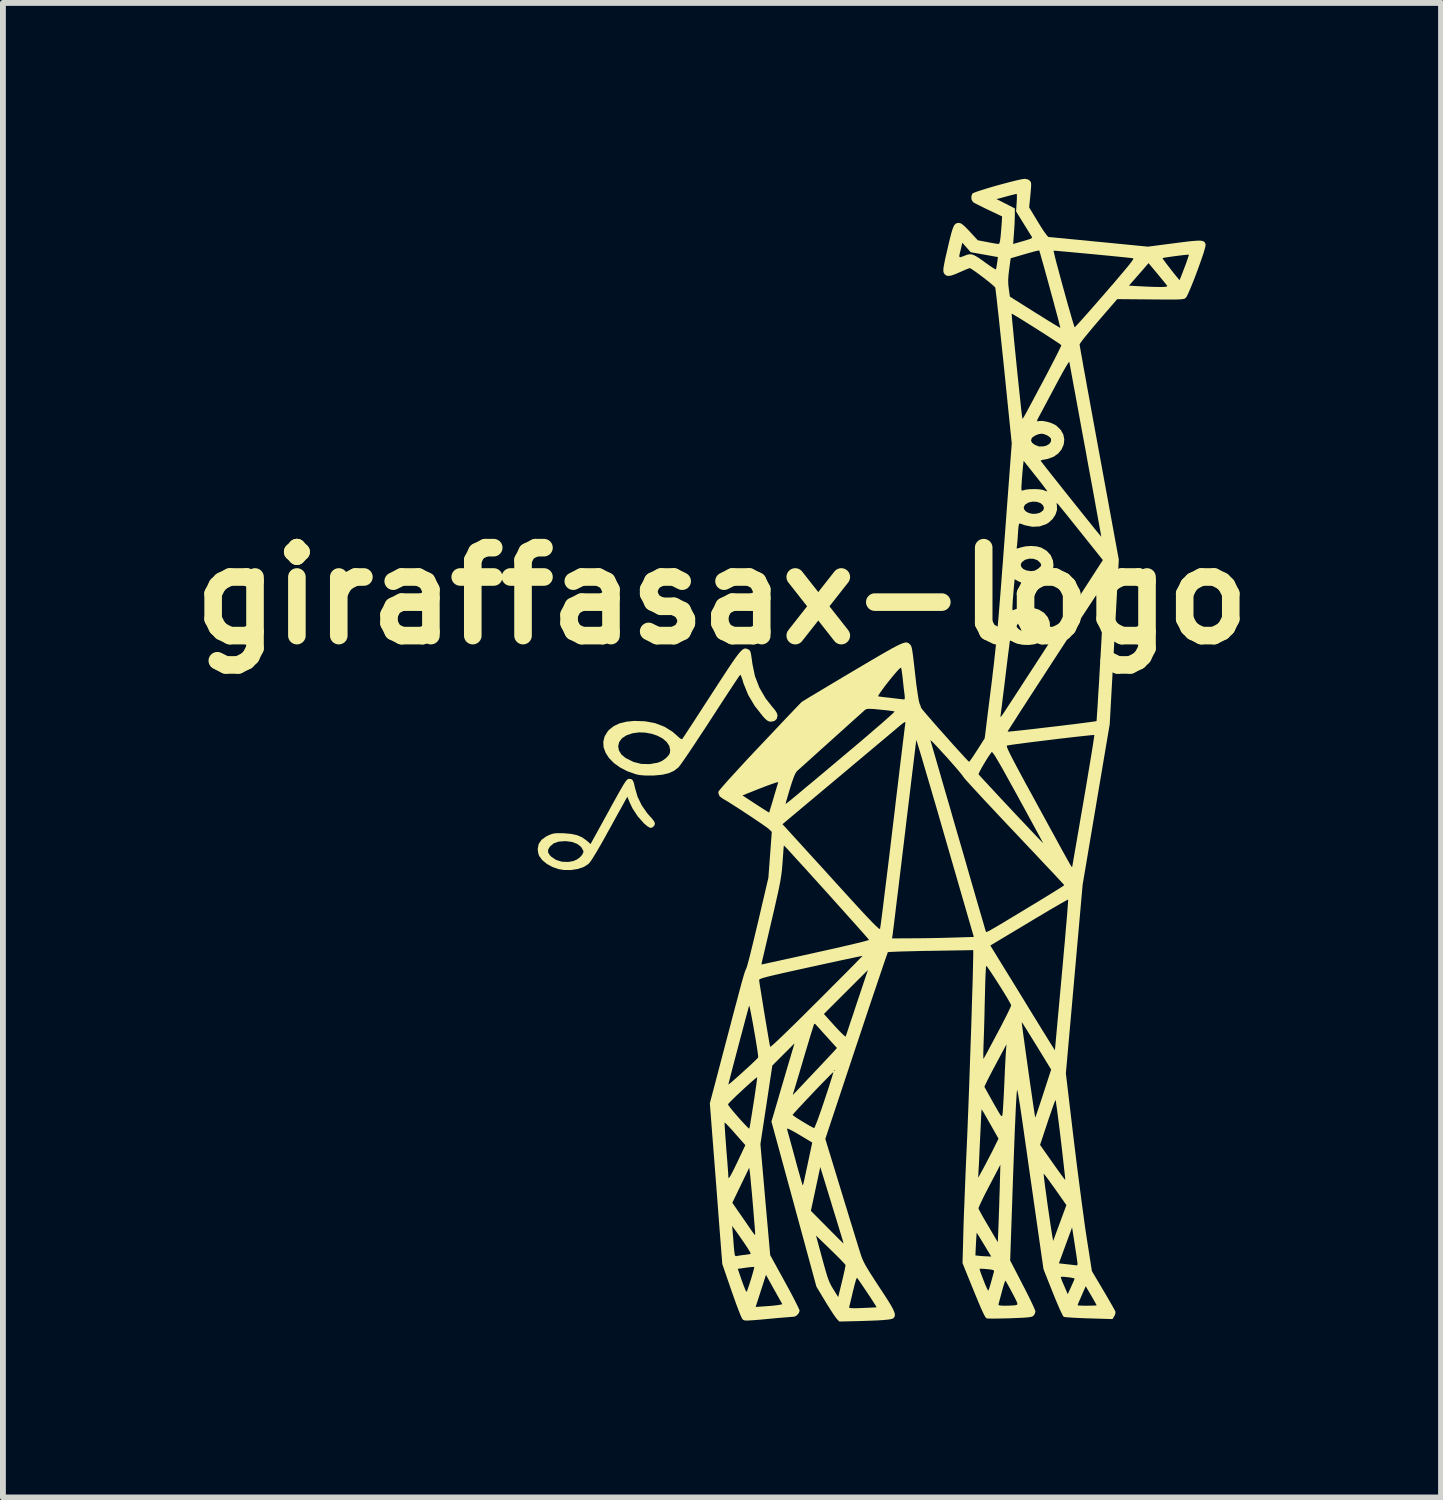
<source format=kicad_pcb>
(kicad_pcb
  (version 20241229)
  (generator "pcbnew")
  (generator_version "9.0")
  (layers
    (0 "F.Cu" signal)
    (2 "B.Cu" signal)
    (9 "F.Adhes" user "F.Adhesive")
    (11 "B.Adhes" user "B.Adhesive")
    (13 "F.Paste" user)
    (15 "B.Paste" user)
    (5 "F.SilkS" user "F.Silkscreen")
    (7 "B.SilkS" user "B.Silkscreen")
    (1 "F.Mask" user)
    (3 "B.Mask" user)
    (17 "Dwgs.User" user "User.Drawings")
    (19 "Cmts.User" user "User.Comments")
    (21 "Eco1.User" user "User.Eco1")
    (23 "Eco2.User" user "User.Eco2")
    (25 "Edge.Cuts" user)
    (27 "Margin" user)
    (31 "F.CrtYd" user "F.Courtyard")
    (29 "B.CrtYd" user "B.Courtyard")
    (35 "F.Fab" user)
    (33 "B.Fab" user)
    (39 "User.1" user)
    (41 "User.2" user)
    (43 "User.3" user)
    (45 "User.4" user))
  (footprint "giraffasax-logo"
    (layer "F.Cu")
    (at 11.804 9.653)
    (property "Reference" "giraffasax-logo" (at -2.54 -2.54 0) (layer "F.SilkS") (effects (font (size 1.5 1.5) (thickness 0.3))))
    (attr board_only exclude_from_pos_files exclude_from_bom)
    (fp_poly (pts (xy -4.085 0.587) (xy -4.062 0.607) (xy -4.044 0.646) (xy -4.028 0.713) (xy -4.023 0.736) (xy -3.98 0.885) (xy -3.909 1.032) (xy -3.816 1.166) (xy -3.782 1.205) (xy -3.726 1.267) (xy -3.694 1.312) (xy -3.683 1.346) (xy -3.691 1.374) (xy -3.707 1.394) (xy -3.736 1.415) (xy -3.767 1.416) (xy -3.806 1.395) (xy -3.86 1.35) (xy -3.869 1.342) (xy -3.975 1.223) (xy -4.066 1.085) (xy -4.115 0.981) (xy -4.154 0.886) (xy -4.214 0.995) (xy -4.238 1.039) (xy -4.276 1.107) (xy -4.325 1.195) (xy -4.382 1.299) (xy -4.444 1.412) (xy -4.51 1.53) (xy -4.517 1.544) (xy -4.604 1.699) (xy -4.678 1.826) (xy -4.738 1.925) (xy -4.784 1.994) (xy -4.816 2.032) (xy -4.819 2.035) (xy -4.898 2.085) (xy -5 2.119) (xy -5.116 2.137) (xy -5.236 2.136) (xy -5.328 2.121) (xy -5.432 2.085) (xy -5.527 2.032) (xy -5.606 1.967) (xy -5.658 1.896) (xy -5.674 1.85) (xy -5.675 1.837) (xy -5.505 1.837) (xy -5.475 1.885) (xy -5.452 1.909) (xy -5.37 1.964) (xy -5.27 1.995) (xy -5.16 1.999) (xy -5.076 1.984) (xy -5.015 1.958) (xy -4.962 1.919) (xy -4.922 1.874) (xy -4.903 1.831) (xy -4.904 1.81) (xy -4.942 1.743) (xy -5.007 1.692) (xy -5.095 1.658) (xy -5.203 1.644) (xy -5.217 1.644) (xy -5.325 1.652) (xy -5.408 1.681) (xy -5.469 1.731) (xy -5.474 1.737) (xy -5.505 1.79) (xy -5.505 1.837) (xy -5.675 1.837) (xy -5.682 1.79) (xy -5.682 1.773) (xy -5.666 1.692) (xy -5.618 1.622) (xy -5.538 1.564) (xy -5.491 1.541) (xy -5.445 1.523) (xy -5.401 1.512) (xy -5.35 1.508) (xy -5.281 1.508) (xy -5.23 1.51) (xy -5.107 1.521) (xy -5.009 1.543) (xy -4.927 1.578) (xy -4.852 1.631) (xy -4.84 1.641) (xy -4.781 1.693) (xy -4.501 1.185) (xy -4.419 1.034) (xy -4.351 0.912) (xy -4.296 0.813) (xy -4.252 0.737) (xy -4.218 0.679) (xy -4.192 0.638) (xy -4.171 0.611) (xy -4.155 0.594) (xy -4.141 0.585) (xy -4.129 0.582) (xy -4.117 0.582)) (stroke (width 0) (type solid)) (fill yes) (layer "F.SilkS"))
    (fp_poly (pts (xy -2.111 -1.635) (xy -2.098 -1.63) (xy -2.078 -1.619) (xy -2.064 -1.606) (xy -2.053 -1.583) (xy -2.044 -1.545) (xy -2.035 -1.486) (xy -2.023 -1.4) (xy -2.021 -1.381) (xy -1.977 -1.171) (xy -1.901 -0.973) (xy -1.794 -0.789) (xy -1.686 -0.652) (xy -1.632 -0.587) (xy -1.602 -0.538) (xy -1.592 -0.499) (xy -1.592 -0.497) (xy -1.606 -0.44) (xy -1.645 -0.405) (xy -1.703 -0.394) (xy -1.738 -0.398) (xy -1.772 -0.416) (xy -1.812 -0.452) (xy -1.841 -0.484) (xy -1.982 -0.663) (xy -2.094 -0.853) (xy -2.174 -1.051) (xy -2.184 -1.087) (xy -2.202 -1.142) (xy -2.217 -1.18) (xy -2.228 -1.194) (xy -2.228 -1.194) (xy -2.24 -1.179) (xy -2.268 -1.138) (xy -2.311 -1.074) (xy -2.367 -0.989) (xy -2.435 -0.886) (xy -2.513 -0.767) (xy -2.598 -0.636) (xy -2.69 -0.494) (xy -2.731 -0.431) (xy -2.827 -0.283) (xy -2.919 -0.144) (xy -3.005 -0.014) (xy -3.083 0.103) (xy -3.151 0.204) (xy -3.207 0.285) (xy -3.25 0.345) (xy -3.277 0.38) (xy -3.282 0.386) (xy -3.357 0.444) (xy -3.447 0.485) (xy -3.557 0.511) (xy -3.694 0.524) (xy -3.723 0.525) (xy -3.846 0.525) (xy -3.943 0.517) (xy -4.005 0.504) (xy -4.151 0.453) (xy -4.277 0.388) (xy -4.383 0.312) (xy -4.466 0.227) (xy -4.525 0.136) (xy -4.559 0.042) (xy -4.56 0.025) (xy -4.31 0.025) (xy -4.297 0.097) (xy -4.255 0.166) (xy -4.182 0.227) (xy -4.181 0.227) (xy -4.049 0.293) (xy -3.915 0.327) (xy -3.774 0.33) (xy -3.631 0.305) (xy -3.562 0.276) (xy -3.496 0.229) (xy -3.489 0.222) (xy -3.448 0.178) (xy -3.428 0.14) (xy -3.423 0.095) (xy -3.423 0.092) (xy -3.439 0.018) (xy -3.484 -0.049) (xy -3.552 -0.107) (xy -3.638 -0.153) (xy -3.738 -0.187) (xy -3.846 -0.207) (xy -3.956 -0.211) (xy -4.065 -0.196) (xy -4.166 -0.162) (xy -4.169 -0.161) (xy -4.246 -0.11) (xy -4.293 -0.046) (xy -4.31 0.025) (xy -4.56 0.025) (xy -4.564 -0.052) (xy -4.541 -0.144) (xy -4.487 -0.231) (xy -4.464 -0.256) (xy -4.383 -0.32) (xy -4.286 -0.365) (xy -4.168 -0.394) (xy -4.031 -0.407) (xy -3.848 -0.4) (xy -3.676 -0.367) (xy -3.52 -0.307) (xy -3.383 -0.222) (xy -3.309 -0.157) (xy -3.267 -0.119) (xy -3.234 -0.097) (xy -3.218 -0.096) (xy -3.207 -0.113) (xy -3.178 -0.156) (xy -3.135 -0.222) (xy -3.078 -0.309) (xy -3.01 -0.413) (xy -2.932 -0.533) (xy -2.847 -0.665) (xy -2.755 -0.806) (xy -2.723 -0.856) (xy -2.61 -1.03) (xy -2.514 -1.177) (xy -2.434 -1.299) (xy -2.367 -1.399) (xy -2.311 -1.479) (xy -2.266 -1.54) (xy -2.229 -1.584) (xy -2.198 -1.615) (xy -2.173 -1.633) (xy -2.151 -1.641) (xy -2.131 -1.641)) (stroke (width 0) (type solid)) (fill yes) (layer "F.SilkS"))
    (fp_poly (pts (xy 2.681 -9.642) (xy 2.712 -9.62) (xy 2.724 -9.604) (xy 2.732 -9.583) (xy 2.734 -9.552) (xy 2.732 -9.503) (xy 2.726 -9.431) (xy 2.721 -9.376) (xy 2.7 -9.166) (xy 2.852 -8.914) (xy 2.903 -8.831) (xy 2.95 -8.759) (xy 2.99 -8.704) (xy 3.018 -8.67) (xy 3.03 -8.661) (xy 3.051 -8.659) (xy 3.104 -8.654) (xy 3.183 -8.646) (xy 3.287 -8.637) (xy 3.411 -8.624) (xy 3.552 -8.611) (xy 3.707 -8.596) (xy 3.872 -8.579) (xy 3.89 -8.578) (xy 4.725 -8.496) (xy 5.172 -8.554) (xy 5.318 -8.573) (xy 5.434 -8.587) (xy 5.523 -8.595) (xy 5.59 -8.599) (xy 5.637 -8.597) (xy 5.67 -8.589) (xy 5.69 -8.575) (xy 5.702 -8.555) (xy 5.71 -8.532) (xy 5.707 -8.504) (xy 5.693 -8.449) (xy 5.67 -8.373) (xy 5.639 -8.282) (xy 5.603 -8.18) (xy 5.564 -8.073) (xy 5.524 -7.967) (xy 5.484 -7.866) (xy 5.447 -7.776) (xy 5.415 -7.702) (xy 5.389 -7.649) (xy 5.373 -7.625) (xy 5.362 -7.616) (xy 5.349 -7.608) (xy 5.33 -7.603) (xy 5.3 -7.599) (xy 5.257 -7.596) (xy 5.196 -7.594) (xy 5.114 -7.594) (xy 5.007 -7.594) (xy 4.873 -7.595) (xy 4.771 -7.596) (xy 4.202 -7.601) (xy 3.881 -7.229) (xy 3.799 -7.133) (xy 3.724 -7.043) (xy 3.66 -6.965) (xy 3.609 -6.901) (xy 3.575 -6.854) (xy 3.561 -6.83) (xy 3.56 -6.828) (xy 3.563 -6.807) (xy 3.572 -6.755) (xy 3.586 -6.674) (xy 3.606 -6.566) (xy 3.629 -6.433) (xy 3.658 -6.277) (xy 3.689 -6.101) (xy 3.725 -5.907) (xy 3.763 -5.697) (xy 3.804 -5.473) (xy 3.847 -5.238) (xy 3.892 -4.993) (xy 3.895 -4.978) (xy 4.229 -3.158) (xy 4.152 -1.754) (xy 4.074 -0.351) (xy 3.843 1.018) (xy 3.612 2.388) (xy 3.469 3.997) (xy 3.326 5.605) (xy 3.459 6.724) (xy 3.485 6.936) (xy 3.512 7.155) (xy 3.54 7.374) (xy 3.568 7.589) (xy 3.595 7.795) (xy 3.621 7.986) (xy 3.644 8.158) (xy 3.665 8.305) (xy 3.681 8.41) (xy 3.77 8.977) (xy 3.966 9.308) (xy 4.024 9.406) (xy 4.075 9.495) (xy 4.119 9.571) (xy 4.151 9.629) (xy 4.169 9.664) (xy 4.172 9.672) (xy 4.169 9.709) (xy 4.15 9.75) (xy 4.121 9.796) (xy 3.719 9.784) (xy 3.603 9.78) (xy 3.499 9.775) (xy 3.41 9.77) (xy 3.341 9.765) (xy 3.299 9.76) (xy 3.289 9.757) (xy 3.275 9.737) (xy 3.251 9.69) (xy 3.218 9.62) (xy 3.193 9.561) (xy 3.526 9.561) (xy 3.542 9.564) (xy 3.584 9.566) (xy 3.646 9.568) (xy 3.688 9.568) (xy 3.758 9.567) (xy 3.813 9.565) (xy 3.846 9.563) (xy 3.851 9.561) (xy 3.843 9.545) (xy 3.821 9.505) (xy 3.789 9.448) (xy 3.758 9.395) (xy 3.665 9.236) (xy 3.629 9.316) (xy 3.6 9.384) (xy 3.569 9.455) (xy 3.56 9.475) (xy 3.54 9.521) (xy 3.528 9.553) (xy 3.526 9.561) (xy 3.193 9.561) (xy 3.18 9.531) (xy 3.137 9.429) (xy 3.102 9.342) (xy 2.999 9.083) (xy 3.24 9.083) (xy 3.244 9.099) (xy 3.255 9.13) (xy 3.275 9.179) (xy 3.307 9.252) (xy 3.332 9.311) (xy 3.358 9.371) (xy 3.416 9.245) (xy 3.443 9.184) (xy 3.464 9.136) (xy 3.474 9.109) (xy 3.475 9.106) (xy 3.459 9.099) (xy 3.42 9.09) (xy 3.369 9.083) (xy 3.315 9.077) (xy 3.269 9.074) (xy 3.243 9.076) (xy 3.241 9.077) (xy 3.24 9.083) (xy 2.999 9.083) (xy 2.944 8.943) (xy 2.93 8.845) (xy 3.207 8.845) (xy 3.354 8.862) (xy 3.421 8.869) (xy 3.476 8.876) (xy 3.508 8.88) (xy 3.513 8.881) (xy 3.523 8.869) (xy 3.525 8.853) (xy 3.522 8.827) (xy 3.515 8.773) (xy 3.504 8.698) (xy 3.49 8.607) (xy 3.478 8.527) (xy 3.432 8.232) (xy 3.319 8.539) (xy 3.207 8.845) (xy 2.93 8.845) (xy 2.797 7.916) (xy 2.768 7.713) (xy 2.738 7.504) (xy 2.711 7.317) (xy 2.947 7.317) (xy 2.948 7.335) (xy 2.953 7.383) (xy 2.962 7.457) (xy 2.974 7.552) (xy 2.99 7.666) (xy 3.007 7.795) (xy 3.022 7.901) (xy 3.042 8.036) (xy 3.06 8.159) (xy 3.076 8.266) (xy 3.09 8.354) (xy 3.101 8.418) (xy 3.107 8.455) (xy 3.11 8.462) (xy 3.117 8.442) (xy 3.135 8.395) (xy 3.16 8.326) (xy 3.191 8.242) (xy 3.225 8.149) (xy 3.335 7.852) (xy 3.145 7.581) (xy 3.085 7.498) (xy 3.033 7.425) (xy 2.991 7.369) (xy 2.961 7.331) (xy 2.947 7.317) (xy 2.947 7.317) (xy 2.711 7.317) (xy 2.708 7.296) (xy 2.679 7.092) (xy 2.652 6.899) (xy 2.641 6.825) (xy 2.886 6.825) (xy 3.098 7.126) (xy 3.16 7.214) (xy 3.216 7.292) (xy 3.262 7.355) (xy 3.295 7.399) (xy 3.313 7.421) (xy 3.315 7.422) (xy 3.314 7.405) (xy 3.31 7.357) (xy 3.302 7.282) (xy 3.291 7.184) (xy 3.278 7.067) (xy 3.263 6.934) (xy 3.246 6.789) (xy 3.24 6.738) (xy 3.222 6.59) (xy 3.205 6.453) (xy 3.189 6.33) (xy 3.176 6.227) (xy 3.164 6.145) (xy 3.156 6.088) (xy 3.151 6.061) (xy 3.15 6.059) (xy 3.142 6.075) (xy 3.125 6.118) (xy 3.101 6.185) (xy 3.071 6.272) (xy 3.036 6.372) (xy 3.013 6.442) (xy 2.886 6.825) (xy 2.641 6.825) (xy 2.626 6.721) (xy 2.604 6.564) (xy 2.585 6.433) (xy 2.577 6.376) (xy 2.558 6.249) (xy 2.541 6.136) (xy 2.525 6.039) (xy 2.512 5.963) (xy 2.502 5.911) (xy 2.496 5.888) (xy 2.494 5.888) (xy 2.49 5.915) (xy 2.485 5.976) (xy 2.479 6.071) (xy 2.472 6.2) (xy 2.465 6.362) (xy 2.456 6.559) (xy 2.447 6.789) (xy 2.437 7.053) (xy 2.426 7.352) (xy 2.414 7.685) (xy 2.412 7.757) (xy 2.376 8.796) (xy 2.591 9.212) (xy 2.648 9.323) (xy 2.7 9.426) (xy 2.743 9.516) (xy 2.777 9.589) (xy 2.799 9.64) (xy 2.807 9.666) (xy 2.807 9.666) (xy 2.795 9.708) (xy 2.775 9.737) (xy 2.761 9.748) (xy 2.741 9.756) (xy 2.709 9.763) (xy 2.662 9.768) (xy 2.595 9.773) (xy 2.503 9.777) (xy 2.382 9.782) (xy 2.375 9.782) (xy 2.265 9.785) (xy 2.164 9.787) (xy 2.08 9.788) (xy 2.016 9.787) (xy 1.98 9.785) (xy 1.974 9.784) (xy 1.961 9.772) (xy 1.941 9.741) (xy 1.915 9.69) (xy 1.881 9.616) (xy 1.854 9.553) (xy 2.177 9.553) (xy 2.19 9.562) (xy 2.222 9.566) (xy 2.279 9.568) (xy 2.304 9.568) (xy 2.374 9.566) (xy 2.434 9.563) (xy 2.474 9.558) (xy 2.477 9.557) (xy 2.492 9.552) (xy 2.499 9.542) (xy 2.497 9.523) (xy 2.483 9.489) (xy 2.457 9.436) (xy 2.417 9.359) (xy 2.409 9.344) (xy 2.369 9.269) (xy 2.335 9.207) (xy 2.309 9.162) (xy 2.295 9.141) (xy 2.293 9.14) (xy 2.286 9.156) (xy 2.272 9.197) (xy 2.253 9.259) (xy 2.236 9.324) (xy 2.215 9.401) (xy 2.197 9.469) (xy 2.184 9.517) (xy 2.178 9.538) (xy 2.177 9.553) (xy 1.854 9.553) (xy 1.838 9.515) (xy 1.785 9.387) (xy 1.752 9.307) (xy 1.603 8.94) (xy 1.855 8.94) (xy 1.858 8.957) (xy 1.871 8.999) (xy 1.892 9.056) (xy 1.917 9.122) (xy 1.943 9.188) (xy 1.968 9.246) (xy 1.988 9.29) (xy 2 9.31) (xy 2.001 9.311) (xy 2.01 9.296) (xy 2.024 9.255) (xy 2.042 9.195) (xy 2.052 9.161) (xy 2.071 9.091) (xy 2.087 9.032) (xy 2.098 8.992) (xy 2.1 8.984) (xy 2.099 8.969) (xy 2.08 8.958) (xy 2.038 8.95) (xy 1.985 8.944) (xy 1.924 8.939) (xy 1.878 8.937) (xy 1.855 8.939) (xy 1.855 8.94) (xy 1.603 8.94) (xy 1.563 8.84) (xy 1.567 8.71) (xy 1.783 8.71) (xy 1.845 8.717) (xy 1.906 8.722) (xy 1.972 8.726) (xy 1.98 8.726) (xy 2.053 8.729) (xy 1.93 8.525) (xy 1.885 8.451) (xy 1.848 8.39) (xy 1.82 8.346) (xy 1.806 8.325) (xy 1.804 8.323) (xy 1.803 8.341) (xy 1.8 8.385) (xy 1.796 8.45) (xy 1.792 8.518) (xy 1.783 8.71) (xy 1.567 8.71) (xy 1.577 8.335) (xy 1.58 8.216) (xy 1.585 8.069) (xy 1.591 7.908) (xy 1.836 7.908) (xy 1.845 7.93) (xy 1.87 7.977) (xy 1.906 8.043) (xy 1.952 8.123) (xy 2.003 8.209) (xy 2.165 8.485) (xy 2.176 8.218) (xy 2.18 8.116) (xy 2.184 7.991) (xy 2.189 7.852) (xy 2.193 7.71) (xy 2.198 7.574) (xy 2.198 7.557) (xy 2.209 7.163) (xy 2.021 7.522) (xy 1.967 7.625) (xy 1.92 7.718) (xy 1.882 7.798) (xy 1.854 7.859) (xy 1.838 7.897) (xy 1.836 7.908) (xy 1.591 7.908) (xy 1.592 7.899) (xy 1.599 7.711) (xy 1.607 7.513) (xy 1.612 7.386) (xy 1.83 7.386) (xy 1.921 7.221) (xy 1.97 7.128) (xy 2.025 7.022) (xy 2.077 6.922) (xy 2.094 6.887) (xy 2.177 6.718) (xy 2.034 6.466) (xy 1.987 6.384) (xy 1.947 6.313) (xy 1.915 6.259) (xy 1.894 6.226) (xy 1.889 6.218) (xy 1.887 6.236) (xy 1.884 6.283) (xy 1.88 6.354) (xy 1.876 6.446) (xy 1.871 6.553) (xy 1.867 6.633) (xy 1.861 6.76) (xy 1.855 6.887) (xy 1.85 7.006) (xy 1.845 7.109) (xy 1.841 7.189) (xy 1.839 7.214) (xy 1.83 7.386) (xy 1.612 7.386) (xy 1.615 7.309) (xy 1.624 7.105) (xy 1.633 6.907) (xy 1.634 6.889) (xy 1.64 6.749) (xy 1.647 6.587) (xy 1.654 6.404) (xy 1.662 6.206) (xy 1.67 5.995) (xy 1.676 5.835) (xy 1.937 5.835) (xy 1.947 5.854) (xy 1.971 5.897) (xy 2.006 5.96) (xy 2.049 6.037) (xy 2.088 6.107) (xy 2.141 6.199) (xy 2.179 6.265) (xy 2.206 6.308) (xy 2.223 6.33) (xy 2.234 6.335) (xy 2.24 6.327) (xy 2.244 6.31) (xy 2.248 6.279) (xy 2.253 6.218) (xy 2.258 6.134) (xy 2.264 6.031) (xy 2.27 5.915) (xy 2.275 5.802) (xy 2.281 5.674) (xy 2.286 5.55) (xy 2.292 5.436) (xy 2.297 5.34) (xy 2.301 5.267) (xy 2.304 5.229) (xy 2.313 5.109) (xy 2.123 5.465) (xy 2.069 5.566) (xy 2.022 5.657) (xy 1.983 5.734) (xy 1.955 5.792) (xy 1.939 5.827) (xy 1.937 5.835) (xy 1.676 5.835) (xy 1.678 5.775) (xy 1.686 5.548) (xy 1.694 5.319) (xy 1.694 5.316) (xy 1.918 5.316) (xy 1.919 5.351) (xy 1.921 5.357) (xy 1.931 5.341) (xy 1.955 5.297) (xy 1.991 5.232) (xy 2.036 5.147) (xy 2.089 5.048) (xy 2.148 4.937) (xy 2.164 4.907) (xy 2.224 4.794) (xy 2.257 4.729) (xy 2.573 4.729) (xy 2.575 4.747) (xy 2.58 4.794) (xy 2.59 4.867) (xy 2.602 4.961) (xy 2.618 5.073) (xy 2.635 5.199) (xy 2.654 5.335) (xy 2.674 5.477) (xy 2.694 5.62) (xy 2.714 5.761) (xy 2.734 5.897) (xy 2.752 6.022) (xy 2.768 6.133) (xy 2.782 6.227) (xy 2.793 6.298) (xy 2.801 6.343) (xy 2.804 6.359) (xy 2.804 6.359) (xy 2.811 6.341) (xy 2.827 6.296) (xy 2.85 6.226) (xy 2.88 6.138) (xy 2.914 6.035) (xy 2.943 5.946) (xy 3.075 5.54) (xy 2.826 5.133) (xy 2.761 5.028) (xy 2.702 4.933) (xy 2.652 4.852) (xy 2.612 4.789) (xy 2.585 4.747) (xy 2.574 4.73) (xy 2.573 4.729) (xy 2.257 4.729) (xy 2.277 4.69) (xy 2.323 4.599) (xy 2.359 4.525) (xy 2.383 4.473) (xy 2.393 4.446) (xy 2.393 4.443) (xy 2.381 4.417) (xy 2.355 4.37) (xy 2.318 4.306) (xy 2.272 4.23) (xy 2.221 4.148) (xy 2.167 4.063) (xy 2.114 3.981) (xy 2.065 3.906) (xy 2.023 3.843) (xy 1.99 3.797) (xy 1.971 3.774) (xy 1.966 3.772) (xy 1.963 3.793) (xy 1.96 3.844) (xy 1.956 3.921) (xy 1.952 4.019) (xy 1.949 4.133) (xy 1.946 4.259) (xy 1.945 4.296) (xy 1.941 4.442) (xy 1.938 4.594) (xy 1.934 4.742) (xy 1.93 4.88) (xy 1.926 4.999) (xy 1.923 5.083) (xy 1.92 5.177) (xy 1.918 5.256) (xy 1.918 5.316) (xy 1.694 5.316) (xy 1.702 5.09) (xy 1.71 4.865) (xy 1.717 4.647) (xy 1.723 4.44) (xy 1.729 4.246) (xy 1.735 4.069) (xy 1.739 3.912) (xy 1.742 3.779) (xy 1.744 3.674) (xy 1.746 3.598) (xy 1.746 3.587) (xy 1.746 3.503) (xy 1.023 3.515) (xy 0.869 3.517) (xy 0.726 3.521) (xy 0.597 3.524) (xy 0.486 3.527) (xy 0.396 3.531) (xy 0.331 3.534) (xy 0.296 3.537) (xy 0.289 3.539) (xy 0.283 3.557) (xy 0.266 3.605) (xy 0.239 3.681) (xy 0.205 3.782) (xy 0.162 3.908) (xy 0.113 4.055) (xy 0.057 4.22) (xy -0.005 4.403) (xy -0.071 4.601) (xy -0.141 4.811) (xy -0.214 5.031) (xy -0.25 5.137) (xy -0.777 6.723) (xy -0.506 7.61) (xy -0.453 7.784) (xy -0.401 7.953) (xy -0.352 8.114) (xy -0.306 8.262) (xy -0.266 8.394) (xy -0.231 8.506) (xy -0.204 8.594) (xy -0.185 8.654) (xy -0.18 8.669) (xy -0.163 8.723) (xy -0.144 8.772) (xy -0.121 8.822) (xy -0.093 8.876) (xy -0.055 8.94) (xy -0.007 9.018) (xy 0.055 9.115) (xy 0.134 9.236) (xy 0.142 9.248) (xy 0.227 9.377) (xy 0.294 9.482) (xy 0.344 9.564) (xy 0.379 9.628) (xy 0.4 9.677) (xy 0.41 9.714) (xy 0.409 9.742) (xy 0.398 9.764) (xy 0.386 9.779) (xy 0.367 9.79) (xy 0.333 9.799) (xy 0.281 9.806) (xy 0.207 9.813) (xy 0.11 9.819) (xy -0.016 9.824) (xy -0.171 9.829) (xy -0.247 9.831) (xy -0.537 9.838) (xy -0.581 9.793) (xy -0.604 9.763) (xy -0.641 9.71) (xy -0.687 9.639) (xy -0.714 9.596) (xy -0.372 9.596) (xy -0.366 9.604) (xy -0.338 9.609) (xy -0.285 9.611) (xy -0.203 9.609) (xy -0.143 9.607) (xy -0.057 9.603) (xy 0.016 9.6) (xy 0.069 9.597) (xy 0.095 9.595) (xy 0.097 9.595) (xy 0.09 9.58) (xy 0.067 9.543) (xy 0.033 9.489) (xy -0.01 9.423) (xy -0.058 9.351) (xy -0.107 9.278) (xy -0.153 9.21) (xy -0.192 9.153) (xy -0.221 9.112) (xy -0.236 9.093) (xy -0.237 9.092) (xy -0.246 9.106) (xy -0.26 9.148) (xy -0.278 9.212) (xy -0.298 9.292) (xy -0.308 9.332) (xy -0.328 9.42) (xy -0.347 9.497) (xy -0.361 9.556) (xy -0.37 9.591) (xy -0.372 9.596) (xy -0.714 9.596) (xy -0.739 9.557) (xy -0.777 9.495) (xy -0.929 9.242) (xy -1.166 8.371) (xy -0.936 8.371) (xy -0.83 8.762) (xy -0.795 8.89) (xy -0.766 8.991) (xy -0.742 9.07) (xy -0.72 9.132) (xy -0.698 9.183) (xy -0.675 9.229) (xy -0.648 9.274) (xy -0.64 9.287) (xy -0.557 9.421) (xy -0.493 9.156) (xy -0.471 9.065) (xy -0.453 8.985) (xy -0.44 8.922) (xy -0.433 8.883) (xy -0.433 8.873) (xy -0.446 8.856) (xy -0.48 8.819) (xy -0.531 8.766) (xy -0.595 8.702) (xy -0.67 8.629) (xy -0.686 8.613) (xy -0.936 8.371) (xy -1.166 8.371) (xy -1.281 7.95) (xy -1.023 7.95) (xy -0.747 8.228) (xy -0.668 8.308) (xy -0.598 8.378) (xy -0.539 8.437) (xy -0.496 8.479) (xy -0.472 8.503) (xy -0.467 8.507) (xy -0.47 8.492) (xy -0.48 8.455) (xy -0.486 8.434) (xy -0.496 8.401) (xy -0.515 8.339) (xy -0.541 8.253) (xy -0.573 8.148) (xy -0.61 8.027) (xy -0.651 7.895) (xy -0.685 7.782) (xy -0.863 7.202) (xy -0.943 7.576) (xy -1.023 7.95) (xy -1.281 7.95) (xy -1.312 7.835) (xy -1.662 6.551) (xy -1.431 6.551) (xy -1.431 6.551) (xy -1.424 6.575) (xy -1.41 6.628) (xy -1.389 6.704) (xy -1.363 6.799) (xy -1.333 6.908) (xy -1.301 7.026) (xy -1.269 7.145) (xy -1.239 7.254) (xy -1.212 7.348) (xy -1.191 7.423) (xy -1.176 7.474) (xy -1.169 7.497) (xy -1.166 7.506) (xy -1.163 7.512) (xy -1.16 7.512) (xy -1.155 7.5) (xy -1.148 7.475) (xy -1.138 7.431) (xy -1.124 7.366) (xy -1.105 7.276) (xy -1.079 7.158) (xy -1.071 7.119) (xy -1 6.785) (xy -1.22 6.653) (xy -1.315 6.598) (xy -1.381 6.563) (xy -1.42 6.547) (xy -1.431 6.551) (xy -1.662 6.551) (xy -1.696 6.427) (xy -1.662 6.314) (xy -1.335 6.314) (xy -1.321 6.326) (xy -1.285 6.352) (xy -1.232 6.386) (xy -1.171 6.424) (xy -1.107 6.462) (xy -1.048 6.497) (xy -1 6.523) (xy -0.971 6.537) (xy -0.967 6.538) (xy -0.957 6.522) (xy -0.939 6.478) (xy -0.912 6.41) (xy -0.88 6.321) (xy -0.843 6.215) (xy -0.803 6.098) (xy -0.792 6.064) (xy -0.752 5.944) (xy -0.716 5.834) (xy -0.686 5.739) (xy -0.662 5.664) (xy -0.647 5.611) (xy -0.64 5.586) (xy -0.64 5.584) (xy -0.653 5.594) (xy -0.686 5.626) (xy -0.734 5.675) (xy -0.796 5.738) (xy -0.867 5.811) (xy -0.943 5.89) (xy -1.021 5.973) (xy -1.098 6.054) (xy -1.169 6.13) (xy -1.233 6.198) (xy -1.283 6.253) (xy -1.319 6.293) (xy -1.334 6.312) (xy -1.335 6.314) (xy -1.662 6.314) (xy -1.572 6.008) (xy -1.562 5.971) (xy -1.33 5.971) (xy -1.322 5.965) (xy -1.307 5.948) (xy -1.271 5.91) (xy -1.218 5.854) (xy -1.151 5.783) (xy -1.074 5.701) (xy -0.989 5.611) (xy -0.983 5.605) (xy -0.935 5.554) (xy -0.633 5.554) (xy -0.625 5.563) (xy -0.616 5.554) (xy -0.625 5.546) (xy -0.633 5.554) (xy -0.935 5.554) (xy -0.896 5.513) (xy -0.815 5.427) (xy -0.743 5.35) (xy -0.684 5.287) (xy -0.642 5.242) (xy -0.619 5.218) (xy -0.619 5.217) (xy -0.579 5.172) (xy -0.754 4.978) (xy -0.816 4.91) (xy -0.87 4.849) (xy -0.912 4.803) (xy -0.938 4.774) (xy -0.943 4.768) (xy -0.962 4.759) (xy -0.967 4.761) (xy -0.973 4.778) (xy -0.988 4.825) (xy -1.011 4.898) (xy -1.04 4.991) (xy -1.073 5.103) (xy -1.111 5.228) (xy -1.147 5.35) (xy -1.187 5.486) (xy -1.224 5.612) (xy -1.258 5.724) (xy -1.286 5.818) (xy -1.308 5.891) (xy -1.322 5.939) (xy -1.328 5.956) (xy -1.33 5.971) (xy -1.562 5.971) (xy -1.534 5.876) (xy -1.493 5.738) (xy -1.454 5.604) (xy -1.418 5.482) (xy -1.388 5.38) (xy -1.376 5.341) (xy -1.303 5.094) (xy -1.492 5.283) (xy -1.681 5.472) (xy -1.782 6.142) (xy -1.884 6.813) (xy -1.801 7.759) (xy -1.717 8.705) (xy -1.466 9.162) (xy -1.403 9.277) (xy -1.346 9.384) (xy -1.297 9.479) (xy -1.258 9.557) (xy -1.23 9.614) (xy -1.216 9.648) (xy -1.215 9.653) (xy -1.229 9.694) (xy -1.262 9.732) (xy -1.301 9.754) (xy -1.314 9.756) (xy -1.339 9.757) (xy -1.393 9.762) (xy -1.47 9.768) (xy -1.567 9.776) (xy -1.677 9.786) (xy -1.751 9.793) (xy -1.879 9.805) (xy -1.978 9.813) (xy -2.051 9.818) (xy -2.103 9.821) (xy -2.138 9.82) (xy -2.161 9.817) (xy -2.176 9.81) (xy -2.187 9.801) (xy -2.19 9.797) (xy -2.204 9.773) (xy -2.227 9.721) (xy -2.257 9.645) (xy -2.278 9.589) (xy -1.965 9.589) (xy -1.791 9.577) (xy -1.711 9.571) (xy -1.638 9.564) (xy -1.583 9.557) (xy -1.563 9.554) (xy -1.51 9.542) (xy -1.582 9.414) (xy -1.627 9.333) (xy -1.677 9.244) (xy -1.72 9.165) (xy -1.722 9.163) (xy -1.789 9.041) (xy -1.877 9.315) (xy -1.965 9.589) (xy -2.278 9.589) (xy -2.293 9.55) (xy -2.332 9.441) (xy -2.374 9.322) (xy -2.378 9.311) (xy -2.506 8.939) (xy -2.27 8.939) (xy -2.201 9.141) (xy -2.173 9.217) (xy -2.149 9.277) (xy -2.131 9.318) (xy -2.12 9.332) (xy -2.12 9.332) (xy -2.11 9.311) (xy -2.094 9.265) (xy -2.072 9.2) (xy -2.047 9.122) (xy -2.045 9.117) (xy -2.022 9.039) (xy -2.004 8.974) (xy -1.992 8.928) (xy -1.99 8.908) (xy -1.99 8.907) (xy -2.009 8.906) (xy -2.053 8.91) (xy -2.114 8.917) (xy -2.134 8.92) (xy -2.27 8.939) (xy -2.506 8.939) (xy -2.534 8.858) (xy -2.585 8.207) (xy -2.366 8.207) (xy -2.356 8.327) (xy -2.349 8.406) (xy -2.342 8.5) (xy -2.335 8.587) (xy -2.335 8.588) (xy -2.328 8.658) (xy -2.321 8.7) (xy -2.311 8.72) (xy -2.298 8.723) (xy -2.296 8.722) (xy -2.264 8.716) (xy -2.212 8.708) (xy -2.165 8.702) (xy -2.108 8.695) (xy -2.066 8.688) (xy -2.05 8.683) (xy -2.054 8.667) (xy -2.076 8.627) (xy -2.114 8.567) (xy -2.165 8.49) (xy -2.227 8.401) (xy -2.296 8.303) (xy -2.316 8.276) (xy -2.366 8.207) (xy -2.585 8.207) (xy -2.615 7.812) (xy -2.363 7.812) (xy -2.256 7.967) (xy -2.2 8.047) (xy -2.14 8.134) (xy -2.086 8.213) (xy -2.064 8.245) (xy -2.026 8.3) (xy -1.995 8.341) (xy -1.977 8.362) (xy -1.974 8.364) (xy -1.974 8.346) (xy -1.976 8.298) (xy -1.981 8.225) (xy -1.989 8.131) (xy -1.998 8.019) (xy -2.008 7.896) (xy -2.011 7.863) (xy -2.022 7.732) (xy -2.033 7.609) (xy -2.044 7.499) (xy -2.052 7.406) (xy -2.059 7.336) (xy -2.064 7.295) (xy -2.064 7.291) (xy -2.075 7.214) (xy -2.219 7.513) (xy -2.363 7.812) (xy -2.615 7.812) (xy -2.64 7.487) (xy -2.72 6.46) (xy -2.495 6.46) (xy -2.493 6.508) (xy -2.488 6.581) (xy -2.482 6.674) (xy -2.474 6.783) (xy -2.466 6.894) (xy -2.456 7.016) (xy -2.447 7.128) (xy -2.44 7.226) (xy -2.434 7.304) (xy -2.431 7.357) (xy -2.43 7.38) (xy -2.426 7.391) (xy -2.415 7.382) (xy -2.395 7.352) (xy -2.366 7.298) (xy -2.326 7.219) (xy -2.274 7.111) (xy -2.232 7.022) (xy -2.141 6.829) (xy -2.314 6.633) (xy -2.374 6.565) (xy -2.426 6.509) (xy -2.466 6.467) (xy -2.49 6.445) (xy -2.494 6.442) (xy -2.495 6.46) (xy -2.72 6.46) (xy -2.745 6.135) (xy -2.437 6.135) (xy -2.426 6.154) (xy -2.397 6.193) (xy -2.355 6.245) (xy -2.304 6.305) (xy -2.249 6.368) (xy -2.195 6.428) (xy -2.145 6.481) (xy -2.106 6.522) (xy -2.081 6.544) (xy -2.074 6.547) (xy -2.069 6.529) (xy -2.06 6.481) (xy -2.048 6.408) (xy -2.033 6.316) (xy -2.016 6.208) (xy -2 6.108) (xy -1.982 5.991) (xy -1.967 5.885) (xy -1.954 5.796) (xy -1.945 5.728) (xy -1.94 5.685) (xy -1.939 5.672) (xy -1.953 5.68) (xy -1.988 5.708) (xy -2.038 5.751) (xy -2.098 5.805) (xy -2.165 5.866) (xy -2.233 5.93) (xy -2.299 5.991) (xy -2.356 6.047) (xy -2.401 6.092) (xy -2.43 6.123) (xy -2.437 6.135) (xy -2.745 6.135) (xy -2.747 6.116) (xy -2.662 5.795) (xy -2.43 5.795) (xy -2.419 5.788) (xy -2.387 5.762) (xy -2.339 5.721) (xy -2.279 5.668) (xy -2.213 5.609) (xy -2.144 5.546) (xy -2.077 5.485) (xy -2.017 5.429) (xy -1.968 5.382) (xy -1.935 5.348) (xy -1.922 5.333) (xy -1.922 5.332) (xy -1.923 5.309) (xy -1.929 5.259) (xy -1.939 5.188) (xy -1.953 5.101) (xy -1.969 5.003) (xy -1.987 4.9) (xy -2.005 4.796) (xy -2.023 4.697) (xy -2.04 4.608) (xy -2.054 4.534) (xy -2.066 4.481) (xy -2.074 4.453) (xy -2.076 4.45) (xy -2.083 4.471) (xy -2.096 4.521) (xy -2.116 4.595) (xy -2.141 4.688) (xy -2.17 4.798) (xy -2.202 4.918) (xy -2.236 5.045) (xy -2.27 5.175) (xy -2.304 5.303) (xy -2.336 5.425) (xy -2.365 5.536) (xy -2.39 5.633) (xy -2.41 5.711) (xy -2.424 5.766) (xy -2.43 5.793) (xy -2.43 5.795) (xy -2.662 5.795) (xy -2.475 5.082) (xy -2.415 4.856) (xy -2.364 4.66) (xy -2.32 4.493) (xy -2.282 4.352) (xy -2.251 4.234) (xy -2.225 4.137) (xy -2.204 4.058) (xy -2.191 4.013) (xy -1.906 4.013) (xy -1.906 4.015) (xy -1.902 4.043) (xy -1.894 4.099) (xy -1.881 4.178) (xy -1.866 4.274) (xy -1.848 4.384) (xy -1.829 4.502) (xy -1.809 4.624) (xy -1.789 4.743) (xy -1.77 4.856) (xy -1.753 4.958) (xy -1.738 5.043) (xy -1.727 5.107) (xy -1.72 5.144) (xy -1.718 5.151) (xy -1.705 5.145) (xy -1.667 5.114) (xy -1.607 5.059) (xy -1.525 4.981) (xy -1.42 4.88) (xy -1.293 4.756) (xy -1.145 4.61) (xy -1.127 4.592) (xy -0.801 4.592) (xy -0.619 4.794) (xy -0.557 4.861) (xy -0.503 4.916) (xy -0.461 4.956) (xy -0.436 4.975) (xy -0.429 4.976) (xy -0.422 4.955) (xy -0.406 4.906) (xy -0.381 4.832) (xy -0.35 4.737) (xy -0.312 4.626) (xy -0.271 4.501) (xy -0.237 4.399) (xy -0.051 3.843) (xy -0.426 4.217) (xy -0.801 4.592) (xy -1.127 4.592) (xy -0.976 4.441) (xy -0.924 4.39) (xy -0.789 4.255) (xy -0.661 4.126) (xy -0.542 4.007) (xy -0.435 3.9) (xy -0.342 3.806) (xy -0.264 3.727) (xy -0.204 3.665) (xy -0.163 3.623) (xy -0.143 3.603) (xy -0.142 3.601) (xy -0.159 3.604) (xy -0.206 3.613) (xy -0.281 3.629) (xy -0.379 3.65) (xy -0.499 3.675) (xy -0.636 3.705) (xy -0.789 3.738) (xy -0.953 3.774) (xy -1.027 3.79) (xy -1.222 3.833) (xy -1.387 3.869) (xy -1.523 3.9) (xy -1.633 3.925) (xy -1.721 3.946) (xy -1.788 3.963) (xy -1.837 3.977) (xy -1.87 3.988) (xy -1.891 3.997) (xy -1.902 4.006) (xy -1.906 4.013) (xy -2.191 4.013) (xy -2.186 3.996) (xy -2.172 3.946) (xy -2.16 3.908) (xy -2.151 3.879) (xy -2.143 3.856) (xy -2.135 3.837) (xy -2.127 3.819) (xy -2.122 3.808) (xy -2.112 3.777) (xy -2.1 3.735) (xy -1.864 3.735) (xy -1.863 3.748) (xy -1.846 3.744) (xy -1.798 3.734) (xy -1.723 3.717) (xy -1.624 3.696) (xy -1.503 3.669) (xy -1.364 3.639) (xy -1.211 3.605) (xy -1.045 3.568) (xy -0.945 3.546) (xy -0.774 3.508) (xy -0.613 3.472) (xy -0.465 3.438) (xy -0.406 3.424) (xy 2.038 3.424) (xy 2.177 3.651) (xy 2.218 3.717) (xy 2.273 3.807) (xy 2.341 3.917) (xy 2.418 4.042) (xy 2.501 4.177) (xy 2.587 4.317) (xy 2.673 4.458) (xy 2.684 4.476) (xy 2.765 4.608) (xy 2.843 4.734) (xy 2.913 4.849) (xy 2.976 4.95) (xy 3.028 5.034) (xy 3.067 5.097) (xy 3.091 5.136) (xy 3.096 5.143) (xy 3.139 5.212) (xy 3.256 3.93) (xy 3.275 3.724) (xy 3.292 3.528) (xy 3.309 3.345) (xy 3.323 3.177) (xy 3.336 3.027) (xy 3.347 2.898) (xy 3.355 2.792) (xy 3.361 2.712) (xy 3.365 2.661) (xy 3.365 2.641) (xy 3.365 2.641) (xy 3.349 2.647) (xy 3.307 2.67) (xy 3.242 2.707) (xy 3.156 2.757) (xy 3.052 2.817) (xy 2.935 2.887) (xy 2.805 2.964) (xy 2.697 3.029) (xy 2.038 3.424) (xy -0.406 3.424) (xy -0.335 3.408) (xy -0.224 3.381) (xy -0.135 3.359) (xy -0.072 3.342) (xy -0.038 3.332) (xy -0.032 3.329) (xy -0.043 3.314) (xy -0.052 3.303) (xy 0.36 3.303) (xy 0.732 3.301) (xy 0.87 3.3) (xy 1.023 3.298) (xy 1.179 3.295) (xy 1.324 3.291) (xy 1.43 3.288) (xy 1.756 3.278) (xy 1.267 1.588) (xy 1.2 1.356) (xy 1.136 1.133) (xy 1.074 0.923) (xy 1.017 0.727) (xy 0.964 0.547) (xy 0.916 0.385) (xy 0.875 0.244) (xy 0.839 0.125) (xy 0.811 0.032) (xy 0.79 -0.035) (xy 0.778 -0.073) (xy 0.777 -0.076) (xy 1.016 -0.076) (xy 1.022 -0.055) (xy 1.037 -0.004) (xy 1.06 0.076) (xy 1.091 0.182) (xy 1.128 0.311) (xy 1.172 0.462) (xy 1.221 0.632) (xy 1.275 0.819) (xy 1.334 1.02) (xy 1.395 1.234) (xy 1.46 1.458) (xy 1.489 1.558) (xy 1.555 1.784) (xy 1.618 2.002) (xy 1.677 2.209) (xy 1.733 2.401) (xy 1.784 2.578) (xy 1.83 2.736) (xy 1.87 2.874) (xy 1.904 2.989) (xy 1.93 3.079) (xy 1.948 3.142) (xy 1.958 3.175) (xy 1.96 3.18) (xy 1.961 3.186) (xy 1.964 3.191) (xy 1.969 3.193) (xy 1.979 3.191) (xy 1.998 3.183) (xy 2.026 3.169) (xy 2.067 3.145) (xy 2.124 3.113) (xy 2.198 3.069) (xy 2.292 3.013) (xy 2.409 2.942) (xy 2.551 2.857) (xy 2.676 2.781) (xy 2.809 2.701) (xy 2.931 2.627) (xy 3.041 2.559) (xy 3.135 2.501) (xy 3.211 2.453) (xy 3.265 2.419) (xy 3.294 2.398) (xy 3.298 2.394) (xy 3.286 2.38) (xy 3.253 2.344) (xy 3.199 2.286) (xy 3.128 2.209) (xy 3.04 2.116) (xy 2.938 2.008) (xy 2.824 1.886) (xy 2.699 1.754) (xy 2.566 1.613) (xy 2.443 1.483) (xy 2.303 1.335) (xy 2.17 1.194) (xy 2.046 1.061) (xy 1.932 0.94) (xy 1.831 0.83) (xy 1.744 0.736) (xy 1.674 0.659) (xy 1.621 0.601) (xy 1.589 0.563) (xy 1.579 0.55) (xy 1.564 0.528) (xy 1.545 0.503) (xy 1.837 0.503) (xy 1.849 0.518) (xy 1.882 0.555) (xy 1.933 0.61) (xy 1.999 0.681) (xy 2.077 0.765) (xy 2.164 0.859) (xy 2.257 0.959) (xy 2.355 1.063) (xy 2.453 1.168) (xy 2.55 1.271) (xy 2.642 1.368) (xy 2.726 1.457) (xy 2.8 1.535) (xy 2.861 1.599) (xy 2.906 1.646) (xy 2.932 1.672) (xy 2.938 1.677) (xy 2.931 1.663) (xy 2.908 1.621) (xy 2.873 1.555) (xy 2.825 1.467) (xy 2.767 1.36) (xy 2.7 1.237) (xy 2.626 1.1) (xy 2.545 0.953) (xy 2.511 0.89) (xy 2.41 0.707) (xy 2.324 0.552) (xy 2.253 0.423) (xy 2.194 0.32) (xy 2.147 0.241) (xy 2.112 0.183) (xy 2.086 0.146) (xy 2.07 0.127) (xy 2.061 0.124) (xy 2.036 0.158) (xy 2.001 0.209) (xy 1.962 0.271) (xy 1.922 0.337) (xy 1.886 0.4) (xy 1.857 0.454) (xy 1.84 0.491) (xy 1.837 0.503) (xy 1.545 0.503) (xy 1.533 0.488) (xy 1.487 0.433) (xy 1.43 0.367) (xy 1.366 0.294) (xy 1.299 0.218) (xy 1.231 0.144) (xy 1.167 0.074) (xy 1.11 0.013) (xy 1.064 -0.035) (xy 1.031 -0.067) (xy 1.016 -0.078) (xy 1.016 -0.076) (xy 0.777 -0.076) (xy 0.775 -0.081) (xy 0.772 -0.061) (xy 0.766 -0.01) (xy 0.756 0.071) (xy 0.743 0.178) (xy 0.727 0.31) (xy 0.708 0.464) (xy 0.687 0.638) (xy 0.664 0.83) (xy 0.639 1.036) (xy 0.612 1.256) (xy 0.585 1.485) (xy 0.574 1.575) (xy 0.546 1.808) (xy 0.519 2.033) (xy 0.493 2.246) (xy 0.469 2.446) (xy 0.446 2.629) (xy 0.426 2.793) (xy 0.409 2.937) (xy 0.394 3.057) (xy 0.382 3.151) (xy 0.374 3.217) (xy 0.369 3.252) (xy 0.369 3.256) (xy 0.36 3.303) (xy -0.052 3.303) (xy -0.075 3.277) (xy -0.124 3.22) (xy -0.19 3.146) (xy -0.269 3.057) (xy -0.36 2.956) (xy -0.459 2.845) (xy -0.565 2.727) (xy -0.674 2.605) (xy -0.786 2.481) (xy -0.897 2.358) (xy -1.005 2.239) (xy -1.107 2.125) (xy -1.203 2.021) (xy -1.288 1.928) (xy -1.36 1.848) (xy -1.418 1.785) (xy -1.459 1.742) (xy -1.481 1.72) (xy -1.483 1.718) (xy -1.486 1.735) (xy -1.49 1.78) (xy -1.495 1.848) (xy -1.501 1.934) (xy -1.506 2.003) (xy -1.512 2.076) (xy -1.518 2.144) (xy -1.526 2.209) (xy -1.536 2.277) (xy -1.549 2.352) (xy -1.566 2.439) (xy -1.588 2.541) (xy -1.616 2.664) (xy -1.649 2.812) (xy -1.686 2.97) (xy -1.721 3.119) (xy -1.754 3.26) (xy -1.784 3.388) (xy -1.81 3.499) (xy -1.831 3.59) (xy -1.847 3.656) (xy -1.856 3.695) (xy -1.857 3.701) (xy -1.864 3.735) (xy -2.1 3.735) (xy -2.095 3.717) (xy -2.072 3.631) (xy -2.045 3.523) (xy -2.014 3.396) (xy -1.98 3.255) (xy -1.944 3.104) (xy -1.92 3.004) (xy -1.748 2.268) (xy -1.719 1.877) (xy -1.69 1.486) (xy -1.739 1.438) (xy -1.766 1.417) (xy -1.817 1.381) (xy -1.853 1.355) (xy -1.508 1.355) (xy -1.434 1.435) (xy -1.41 1.461) (xy -1.365 1.511) (xy -1.301 1.581) (xy -1.221 1.669) (xy -1.126 1.773) (xy -1.019 1.891) (xy -0.902 2.019) (xy -0.777 2.156) (xy -0.647 2.3) (xy -0.608 2.343) (xy -0.454 2.512) (xy -0.322 2.657) (xy -0.209 2.78) (xy -0.115 2.882) (xy -0.037 2.964) (xy 0.025 3.029) (xy 0.073 3.077) (xy 0.109 3.111) (xy 0.133 3.132) (xy 0.149 3.141) (xy 0.156 3.14) (xy 0.157 3.139) (xy 0.16 3.117) (xy 0.168 3.065) (xy 0.179 2.982) (xy 0.193 2.873) (xy 0.21 2.739) (xy 0.229 2.583) (xy 0.251 2.406) (xy 0.275 2.212) (xy 0.301 2.002) (xy 0.328 1.779) (xy 0.356 1.545) (xy 0.376 1.378) (xy 0.405 1.138) (xy 0.432 0.907) (xy 0.459 0.688) (xy 0.483 0.483) (xy 0.506 0.294) (xy 0.527 0.123) (xy 0.545 -0.026) (xy 0.561 -0.153) (xy 0.573 -0.254) (xy 0.582 -0.327) (xy 0.588 -0.37) (xy 0.589 -0.381) (xy 0.582 -0.388) (xy 0.552 -0.371) (xy 0.501 -0.33) (xy 0.499 -0.329) (xy 0.47 -0.304) (xy 0.417 -0.259) (xy 0.343 -0.197) (xy 0.249 -0.118) (xy 0.138 -0.025) (xy 0.013 0.08) (xy -0.124 0.195) (xy -0.271 0.318) (xy -0.425 0.448) (xy -0.553 0.555) (xy -1.508 1.355) (xy -1.853 1.355) (xy -1.886 1.333) (xy -1.97 1.276) (xy -2.062 1.214) (xy -2.159 1.151) (xy -2.254 1.088) (xy -2.344 1.031) (xy -2.422 0.981) (xy -2.485 0.943) (xy -2.527 0.919) (xy -2.528 0.918) (xy -2.578 0.881) (xy -2.586 0.864) (xy -2.19 0.864) (xy -1.964 1.012) (xy -1.887 1.062) (xy -1.821 1.104) (xy -1.77 1.136) (xy -1.741 1.154) (xy -1.735 1.157) (xy -1.73 1.141) (xy -1.717 1.098) (xy -1.697 1.033) (xy -1.689 1.006) (xy -1.455 1.006) (xy -1.454 1.008) (xy -1.45 1.007) (xy -1.442 1.001) (xy -1.427 0.99) (xy -1.404 0.972) (xy -1.371 0.946) (xy -1.326 0.909) (xy -1.268 0.861) (xy -1.195 0.8) (xy -1.106 0.725) (xy -0.997 0.635) (xy -0.868 0.527) (xy -0.718 0.401) (xy -0.543 0.254) (xy -0.465 0.188) (xy -0.315 0.062) (xy -0.174 -0.057) (xy -0.044 -0.168) (xy 0.074 -0.27) (xy 0.178 -0.359) (xy 0.264 -0.435) (xy 0.331 -0.495) (xy 0.378 -0.538) (xy 0.402 -0.563) (xy 0.404 -0.567) (xy 0.381 -0.573) (xy 0.33 -0.58) (xy 0.26 -0.589) (xy 0.176 -0.597) (xy 0.158 -0.599) (xy 0.065 -0.608) (xy 0.001 -0.612) (xy -0.043 -0.613) (xy -0.071 -0.609) (xy -0.09 -0.601) (xy -0.107 -0.588) (xy -0.108 -0.587) (xy -0.148 -0.551) (xy -0.207 -0.498) (xy -0.283 -0.43) (xy -0.371 -0.351) (xy -0.468 -0.263) (xy -0.572 -0.17) (xy -0.679 -0.073) (xy -0.786 0.023) (xy -0.89 0.116) (xy -0.987 0.204) (xy -1.075 0.283) (xy -1.149 0.35) (xy -1.208 0.403) (xy -1.247 0.438) (xy -1.263 0.453) (xy -1.286 0.487) (xy -1.314 0.549) (xy -1.347 0.643) (xy -1.379 0.744) (xy -1.405 0.832) (xy -1.427 0.908) (xy -1.444 0.966) (xy -1.453 1) (xy -1.455 1.006) (xy -1.689 1.006) (xy -1.673 0.953) (xy -1.66 0.907) (xy -1.634 0.819) (xy -1.611 0.742) (xy -1.593 0.682) (xy -1.582 0.646) (xy -1.58 0.639) (xy -1.592 0.639) (xy -1.632 0.65) (xy -1.694 0.671) (xy -1.774 0.7) (xy -1.867 0.736) (xy -1.881 0.741) (xy -2.19 0.864) (xy -2.586 0.864) (xy -2.599 0.833) (xy -2.602 0.804) (xy -2.59 0.785) (xy -2.556 0.743) (xy -2.502 0.681) (xy -2.429 0.598) (xy -2.338 0.499) (xy -2.232 0.383) (xy -2.112 0.253) (xy -1.979 0.111) (xy -1.903 0.031) (xy -1.776 -0.103) (xy -1.656 -0.23) (xy -1.545 -0.348) (xy -1.445 -0.454) (xy -1.357 -0.546) (xy -1.285 -0.622) (xy -1.23 -0.679) (xy -1.194 -0.716) (xy -1.18 -0.73) (xy -1.161 -0.742) (xy -1.115 -0.77) (xy -1.046 -0.813) (xy -1.024 -0.826) (xy 0.124 -0.826) (xy 0.125 -0.826) (xy 0.149 -0.822) (xy 0.2 -0.815) (xy 0.27 -0.807) (xy 0.351 -0.798) (xy 0.432 -0.788) (xy 0.5 -0.78) (xy 0.549 -0.775) (xy 0.571 -0.772) (xy 0.571 -0.772) (xy 0.578 -0.786) (xy 0.578 -0.823) (xy 0.576 -0.843) (xy 0.57 -0.891) (xy 0.561 -0.962) (xy 0.552 -1.045) (xy 0.546 -1.104) (xy 0.537 -1.182) (xy 0.528 -1.249) (xy 0.52 -1.296) (xy 0.515 -1.314) (xy 0.501 -1.309) (xy 0.468 -1.278) (xy 0.419 -1.223) (xy 0.354 -1.145) (xy 0.304 -1.083) (xy 0.242 -1.004) (xy 0.191 -0.934) (xy 0.152 -0.879) (xy 0.129 -0.841) (xy 0.124 -0.826) (xy -1.024 -0.826) (xy -0.955 -0.867) (xy -0.845 -0.933) (xy -0.72 -1.008) (xy -0.581 -1.091) (xy -0.432 -1.18) (xy -0.317 -1.248) (xy -0.131 -1.358) (xy 0.028 -1.452) (xy 0.163 -1.531) (xy 0.275 -1.595) (xy 0.367 -1.647) (xy 0.441 -1.686) (xy 0.5 -1.714) (xy 0.546 -1.733) (xy 0.581 -1.743) (xy 0.608 -1.745) (xy 0.629 -1.74) (xy 0.646 -1.731) (xy 0.662 -1.717) (xy 0.665 -1.714) (xy 0.676 -1.703) (xy 0.684 -1.689) (xy 0.692 -1.67) (xy 0.7 -1.642) (xy 0.707 -1.6) (xy 0.716 -1.541) (xy 0.726 -1.461) (xy 0.738 -1.357) (xy 0.753 -1.224) (xy 0.762 -1.147) (xy 0.775 -1.032) (xy 0.79 -0.926) (xy 0.804 -0.834) (xy 0.816 -0.762) (xy 0.827 -0.716) (xy 0.83 -0.705) (xy 0.847 -0.663) (xy 0.856 -0.634) (xy 0.856 -0.632) (xy 0.867 -0.616) (xy 0.898 -0.578) (xy 0.945 -0.522) (xy 1.006 -0.452) (xy 1.077 -0.37) (xy 1.156 -0.28) (xy 1.239 -0.187) (xy 1.323 -0.093) (xy 1.404 -0.001) (xy 1.481 0.083) (xy 1.549 0.158) (xy 1.606 0.22) (xy 1.647 0.264) (xy 1.672 0.288) (xy 1.676 0.291) (xy 1.688 0.277) (xy 1.715 0.24) (xy 1.753 0.184) (xy 1.798 0.115) (xy 1.814 0.091) (xy 1.859 0.02) (xy 2.319 0.02) (xy 2.32 0.033) (xy 2.328 0.057) (xy 2.343 0.092) (xy 2.366 0.141) (xy 2.399 0.206) (xy 2.442 0.289) (xy 2.496 0.391) (xy 2.563 0.516) (xy 2.643 0.665) (xy 2.739 0.839) (xy 2.846 1.036) (xy 2.958 1.24) (xy 3.054 1.417) (xy 3.137 1.567) (xy 3.206 1.694) (xy 3.263 1.799) (xy 3.31 1.883) (xy 3.347 1.95) (xy 3.376 2.001) (xy 3.397 2.038) (xy 3.412 2.063) (xy 3.422 2.078) (xy 3.428 2.085) (xy 3.431 2.087) (xy 3.433 2.084) (xy 3.434 2.08) (xy 3.434 2.079) (xy 3.438 2.059) (xy 3.447 2.009) (xy 3.46 1.931) (xy 3.478 1.828) (xy 3.5 1.702) (xy 3.525 1.556) (xy 3.553 1.394) (xy 3.583 1.218) (xy 3.616 1.031) (xy 3.629 0.953) (xy 3.662 0.762) (xy 3.692 0.582) (xy 3.72 0.414) (xy 3.745 0.263) (xy 3.767 0.129) (xy 3.785 0.018) (xy 3.798 -0.07) (xy 3.807 -0.131) (xy 3.811 -0.162) (xy 3.811 -0.166) (xy 3.793 -0.166) (xy 3.745 -0.162) (xy 3.671 -0.154) (xy 3.576 -0.144) (xy 3.465 -0.132) (xy 3.34 -0.117) (xy 3.207 -0.102) (xy 3.07 -0.085) (xy 2.932 -0.068) (xy 2.799 -0.052) (xy 2.674 -0.036) (xy 2.562 -0.021) (xy 2.466 -0.009) (xy 2.392 0.002) (xy 2.342 0.01) (xy 2.323 0.014) (xy 2.319 0.02) (xy 1.859 0.02) (xy 1.941 -0.109) (xy 1.956 -0.224) (xy 2.332 -0.224) (xy 2.347 -0.224) (xy 2.393 -0.228) (xy 2.464 -0.235) (xy 2.556 -0.245) (xy 2.666 -0.257) (xy 2.79 -0.271) (xy 2.922 -0.287) (xy 3.06 -0.303) (xy 3.198 -0.319) (xy 3.334 -0.336) (xy 3.462 -0.351) (xy 3.578 -0.366) (xy 3.679 -0.379) (xy 3.76 -0.39) (xy 3.817 -0.398) (xy 3.846 -0.403) (xy 3.849 -0.404) (xy 3.851 -0.421) (xy 3.854 -0.47) (xy 3.859 -0.545) (xy 3.866 -0.645) (xy 3.873 -0.765) (xy 3.881 -0.903) (xy 3.891 -1.054) (xy 3.9 -1.216) (xy 3.91 -1.386) (xy 3.92 -1.559) (xy 3.93 -1.733) (xy 3.939 -1.903) (xy 3.949 -2.068) (xy 3.957 -2.222) (xy 3.965 -2.364) (xy 3.971 -2.489) (xy 3.977 -2.595) (xy 3.981 -2.677) (xy 3.983 -2.732) (xy 3.984 -2.758) (xy 3.983 -2.76) (xy 3.974 -2.747) (xy 3.948 -2.708) (xy 3.906 -2.645) (xy 3.85 -2.562) (xy 3.782 -2.459) (xy 3.704 -2.34) (xy 3.617 -2.207) (xy 3.523 -2.063) (xy 3.423 -1.91) (xy 3.318 -1.75) (xy 3.212 -1.587) (xy 3.104 -1.422) (xy 2.998 -1.258) (xy 2.894 -1.098) (xy 2.793 -0.943) (xy 2.699 -0.798) (xy 2.612 -0.663) (xy 2.533 -0.542) (xy 2.466 -0.436) (xy 2.41 -0.349) (xy 2.368 -0.283) (xy 2.341 -0.241) (xy 2.332 -0.224) (xy 1.956 -0.224) (xy 1.987 -0.479) (xy 2.21 -0.479) (xy 2.215 -0.475) (xy 2.232 -0.495) (xy 2.263 -0.539) (xy 2.281 -0.566) (xy 2.316 -0.62) (xy 2.367 -0.698) (xy 2.432 -0.797) (xy 2.51 -0.917) (xy 2.599 -1.054) (xy 2.698 -1.207) (xy 2.806 -1.372) (xy 2.92 -1.548) (xy 3.04 -1.733) (xy 3.14 -1.887) (xy 3.957 -3.15) (xy 3.585 -3.616) (xy 3.497 -3.726) (xy 3.415 -3.828) (xy 3.342 -3.92) (xy 3.28 -3.996) (xy 3.231 -4.056) (xy 3.2 -4.094) (xy 3.188 -4.108) (xy 3.171 -4.122) (xy 3.168 -4.111) (xy 3.173 -4.086) (xy 3.175 -4.006) (xy 3.149 -3.925) (xy 3.098 -3.848) (xy 3.028 -3.785) (xy 2.989 -3.762) (xy 2.877 -3.724) (xy 2.755 -3.718) (xy 2.623 -3.745) (xy 2.548 -3.773) (xy 2.536 -3.774) (xy 2.527 -3.763) (xy 2.52 -3.734) (xy 2.514 -3.682) (xy 2.509 -3.601) (xy 2.508 -3.591) (xy 2.503 -3.511) (xy 2.497 -3.441) (xy 2.492 -3.39) (xy 2.488 -3.368) (xy 2.486 -3.351) (xy 2.496 -3.347) (xy 2.528 -3.356) (xy 2.554 -3.365) (xy 2.637 -3.384) (xy 2.732 -3.391) (xy 2.826 -3.384) (xy 2.903 -3.364) (xy 2.999 -3.308) (xy 3.067 -3.234) (xy 3.106 -3.142) (xy 3.115 -3.06) (xy 3.101 -2.965) (xy 3.057 -2.885) (xy 2.982 -2.816) (xy 2.948 -2.795) (xy 2.901 -2.77) (xy 2.857 -2.755) (xy 2.805 -2.749) (xy 2.73 -2.747) (xy 2.73 -2.747) (xy 2.648 -2.75) (xy 2.589 -2.759) (xy 2.539 -2.777) (xy 2.522 -2.785) (xy 2.452 -2.823) (xy 2.441 -2.708) (xy 2.43 -2.573) (xy 2.421 -2.462) (xy 2.416 -2.377) (xy 2.414 -2.32) (xy 2.416 -2.295) (xy 2.417 -2.294) (xy 2.437 -2.3) (xy 2.476 -2.314) (xy 2.488 -2.319) (xy 2.572 -2.34) (xy 2.671 -2.345) (xy 2.773 -2.333) (xy 2.863 -2.306) (xy 2.87 -2.303) (xy 2.958 -2.247) (xy 3.018 -2.174) (xy 3.051 -2.092) (xy 3.057 -2.005) (xy 3.037 -1.918) (xy 2.989 -1.838) (xy 2.913 -1.768) (xy 2.869 -1.741) (xy 2.79 -1.714) (xy 2.693 -1.702) (xy 2.592 -1.705) (xy 2.499 -1.723) (xy 2.45 -1.743) (xy 2.407 -1.765) (xy 2.378 -1.776) (xy 2.372 -1.777) (xy 2.369 -1.759) (xy 2.363 -1.712) (xy 2.354 -1.637) (xy 2.341 -1.541) (xy 2.327 -1.426) (xy 2.311 -1.296) (xy 2.295 -1.164) (xy 2.278 -1.021) (xy 2.261 -0.888) (xy 2.246 -0.767) (xy 2.234 -0.665) (xy 2.223 -0.584) (xy 2.216 -0.529) (xy 2.213 -0.505) (xy 2.21 -0.479) (xy 1.987 -0.479) (xy 2.047 -0.957) (xy 2.066 -1.107) (xy 2.082 -1.246) (xy 2.098 -1.378) (xy 2.112 -1.507) (xy 2.126 -1.636) (xy 2.139 -1.767) (xy 2.153 -1.905) (xy 2.164 -2.03) (xy 2.487 -2.03) (xy 2.488 -2.009) (xy 2.51 -1.984) (xy 2.53 -1.966) (xy 2.598 -1.927) (xy 2.677 -1.916) (xy 2.758 -1.936) (xy 2.772 -1.942) (xy 2.819 -1.979) (xy 2.835 -2.021) (xy 2.821 -2.063) (xy 2.778 -2.101) (xy 2.721 -2.125) (xy 2.646 -2.133) (xy 2.575 -2.116) (xy 2.518 -2.077) (xy 2.503 -2.059) (xy 2.487 -2.03) (xy 2.164 -2.03) (xy 2.166 -2.052) (xy 2.18 -2.212) (xy 2.194 -2.387) (xy 2.21 -2.583) (xy 2.227 -2.8) (xy 2.245 -3.044) (xy 2.248 -3.074) (xy 2.556 -3.074) (xy 2.565 -3.034) (xy 2.599 -2.998) (xy 2.654 -2.973) (xy 2.726 -2.962) (xy 2.734 -2.962) (xy 2.795 -2.969) (xy 2.845 -2.996) (xy 2.861 -3.01) (xy 2.895 -3.042) (xy 2.906 -3.064) (xy 2.898 -3.087) (xy 2.888 -3.104) (xy 2.84 -3.148) (xy 2.774 -3.172) (xy 2.702 -3.174) (xy 2.632 -3.156) (xy 2.576 -3.116) (xy 2.556 -3.074) (xy 2.248 -3.074) (xy 2.266 -3.317) (xy 2.278 -3.474) (xy 2.321 -4.051) (xy 2.607 -4.051) (xy 2.615 -4.013) (xy 2.645 -3.979) (xy 2.692 -3.954) (xy 2.75 -3.939) (xy 2.813 -3.939) (xy 2.876 -3.955) (xy 2.891 -3.962) (xy 2.939 -3.998) (xy 2.953 -4.04) (xy 2.936 -4.084) (xy 2.892 -4.123) (xy 2.829 -4.144) (xy 2.758 -4.147) (xy 2.689 -4.132) (xy 2.634 -4.098) (xy 2.628 -4.092) (xy 2.607 -4.051) (xy 2.321 -4.051) (xy 2.345 -4.369) (xy 2.567 -4.369) (xy 2.57 -4.343) (xy 2.578 -4.334) (xy 2.591 -4.337) (xy 2.595 -4.339) (xy 2.645 -4.352) (xy 2.716 -4.359) (xy 2.796 -4.361) (xy 2.871 -4.357) (xy 2.93 -4.348) (xy 2.944 -4.343) (xy 2.984 -4.328) (xy 3.007 -4.322) (xy 3.009 -4.323) (xy 3.001 -4.337) (xy 2.974 -4.373) (xy 2.933 -4.428) (xy 2.879 -4.498) (xy 2.817 -4.577) (xy 2.81 -4.585) (xy 2.606 -4.843) (xy 2.595 -4.754) (xy 2.59 -4.696) (xy 2.583 -4.617) (xy 2.576 -4.531) (xy 2.574 -4.494) (xy 2.569 -4.417) (xy 2.567 -4.369) (xy 2.345 -4.369) (xy 2.403 -5.142) (xy 2.398 -5.186) (xy 2.732 -5.186) (xy 2.75 -5.151) (xy 2.796 -5.116) (xy 2.867 -5.088) (xy 2.943 -5.089) (xy 2.993 -5.102) (xy 3.046 -5.133) (xy 3.073 -5.176) (xy 3.073 -5.219) (xy 3.049 -5.249) (xy 3.005 -5.278) (xy 2.952 -5.299) (xy 2.911 -5.306) (xy 2.859 -5.297) (xy 2.804 -5.275) (xy 2.759 -5.246) (xy 2.742 -5.226) (xy 2.732 -5.186) (xy 2.398 -5.186) (xy 2.364 -5.52) (xy 2.834 -5.52) (xy 2.843 -5.516) (xy 2.864 -5.521) (xy 2.924 -5.524) (xy 2.999 -5.511) (xy 3.078 -5.487) (xy 3.148 -5.454) (xy 3.165 -5.442) (xy 3.238 -5.371) (xy 3.283 -5.291) (xy 3.299 -5.206) (xy 3.289 -5.121) (xy 3.254 -5.04) (xy 3.197 -4.969) (xy 3.118 -4.913) (xy 3.019 -4.876) (xy 2.973 -4.867) (xy 2.927 -4.859) (xy 2.9 -4.849) (xy 2.896 -4.843) (xy 2.908 -4.828) (xy 2.938 -4.789) (xy 2.984 -4.73) (xy 3.044 -4.654) (xy 3.115 -4.564) (xy 3.195 -4.463) (xy 3.281 -4.355) (xy 3.37 -4.243) (xy 3.461 -4.129) (xy 3.551 -4.017) (xy 3.636 -3.91) (xy 3.716 -3.811) (xy 3.786 -3.724) (xy 3.845 -3.65) (xy 3.891 -3.595) (xy 3.92 -3.56) (xy 3.93 -3.548) (xy 3.927 -3.565) (xy 3.919 -3.613) (xy 3.905 -3.69) (xy 3.886 -3.794) (xy 3.863 -3.921) (xy 3.836 -4.07) (xy 3.806 -4.238) (xy 3.772 -4.423) (xy 3.735 -4.622) (xy 3.696 -4.834) (xy 3.662 -5.024) (xy 3.621 -5.244) (xy 3.582 -5.455) (xy 3.546 -5.654) (xy 3.512 -5.839) (xy 3.481 -6.008) (xy 3.453 -6.157) (xy 3.43 -6.285) (xy 3.411 -6.388) (xy 3.397 -6.465) (xy 3.388 -6.513) (xy 3.385 -6.529) (xy 3.376 -6.524) (xy 3.353 -6.492) (xy 3.318 -6.433) (xy 3.271 -6.351) (xy 3.215 -6.248) (xy 3.168 -6.161) (xy 3.107 -6.046) (xy 3.047 -5.933) (xy 2.992 -5.83) (xy 2.944 -5.74) (xy 2.907 -5.671) (xy 2.888 -5.635) (xy 2.855 -5.574) (xy 2.838 -5.537) (xy 2.834 -5.52) (xy 2.364 -5.52) (xy 2.269 -6.452) (xy 2.247 -6.661) (xy 2.226 -6.861) (xy 2.206 -7.048) (xy 2.188 -7.221) (xy 2.174 -7.353) (xy 2.401 -7.353) (xy 2.402 -7.336) (xy 2.406 -7.288) (xy 2.412 -7.215) (xy 2.422 -7.119) (xy 2.433 -7.004) (xy 2.445 -6.875) (xy 2.459 -6.736) (xy 2.474 -6.589) (xy 2.489 -6.44) (xy 2.504 -6.292) (xy 2.519 -6.149) (xy 2.533 -6.015) (xy 2.546 -5.894) (xy 2.557 -5.789) (xy 2.566 -5.705) (xy 2.573 -5.646) (xy 2.577 -5.615) (xy 2.587 -5.556) (xy 2.618 -5.607) (xy 2.633 -5.633) (xy 2.662 -5.686) (xy 2.702 -5.761) (xy 2.753 -5.856) (xy 2.812 -5.966) (xy 2.877 -6.089) (xy 2.947 -6.219) (xy 2.951 -6.227) (xy 3.019 -6.356) (xy 3.081 -6.476) (xy 3.136 -6.582) (xy 3.182 -6.673) (xy 3.217 -6.744) (xy 3.24 -6.792) (xy 3.248 -6.814) (xy 3.248 -6.815) (xy 3.233 -6.828) (xy 3.194 -6.855) (xy 3.134 -6.895) (xy 3.059 -6.944) (xy 2.973 -7) (xy 2.88 -7.059) (xy 2.784 -7.12) (xy 2.69 -7.179) (xy 2.602 -7.234) (xy 2.525 -7.282) (xy 2.463 -7.319) (xy 2.421 -7.344) (xy 2.401 -7.353) (xy 2.401 -7.353) (xy 2.174 -7.353) (xy 2.171 -7.376) (xy 2.156 -7.511) (xy 2.144 -7.623) (xy 2.133 -7.71) (xy 2.126 -7.769) (xy 2.122 -7.796) (xy 2.121 -7.798) (xy 2.105 -7.817) (xy 2.066 -7.851) (xy 2.012 -7.896) (xy 1.975 -7.926) (xy 2.342 -7.926) (xy 2.344 -7.853) (xy 2.352 -7.78) (xy 2.371 -7.644) (xy 2.798 -7.375) (xy 2.907 -7.308) (xy 3.005 -7.246) (xy 3.09 -7.194) (xy 3.158 -7.153) (xy 3.206 -7.124) (xy 3.229 -7.111) (xy 3.231 -7.111) (xy 3.228 -7.128) (xy 3.216 -7.174) (xy 3.198 -7.247) (xy 3.173 -7.341) (xy 3.142 -7.455) (xy 3.108 -7.584) (xy 3.069 -7.724) (xy 3.057 -7.77) (xy 3.018 -7.913) (xy 2.981 -8.047) (xy 2.948 -8.166) (xy 2.919 -8.267) (xy 2.897 -8.347) (xy 2.881 -8.402) (xy 2.873 -8.427) (xy 3.117 -8.427) (xy 3.119 -8.41) (xy 3.13 -8.364) (xy 3.147 -8.293) (xy 3.17 -8.203) (xy 3.199 -8.097) (xy 3.23 -7.98) (xy 3.264 -7.855) (xy 3.299 -7.728) (xy 3.334 -7.602) (xy 3.367 -7.483) (xy 3.399 -7.373) (xy 3.426 -7.278) (xy 3.449 -7.202) (xy 3.466 -7.148) (xy 3.475 -7.122) (xy 3.477 -7.12) (xy 3.49 -7.133) (xy 3.524 -7.169) (xy 3.575 -7.225) (xy 3.642 -7.3) (xy 3.722 -7.39) (xy 3.813 -7.494) (xy 3.912 -7.608) (xy 3.998 -7.706) (xy 4.105 -7.831) (xy 4.402 -7.831) (xy 4.576 -7.821) (xy 4.732 -7.813) (xy 4.856 -7.809) (xy 4.948 -7.808) (xy 5.012 -7.81) (xy 5.047 -7.816) (xy 5.056 -7.825) (xy 5.055 -7.826) (xy 5.04 -7.847) (xy 5.007 -7.888) (xy 4.961 -7.944) (xy 4.906 -8.011) (xy 4.889 -8.032) (xy 4.736 -8.215) (xy 4.674 -8.143) (xy 4.634 -8.096) (xy 4.581 -8.035) (xy 4.524 -7.97) (xy 4.507 -7.951) (xy 4.402 -7.831) (xy 4.105 -7.831) (xy 4.124 -7.851) (xy 4.227 -7.973) (xy 4.311 -8.072) (xy 4.376 -8.15) (xy 4.424 -8.21) (xy 4.456 -8.253) (xy 4.473 -8.281) (xy 4.477 -8.295) (xy 4.474 -8.298) (xy 4.455 -8.3) (xy 4.974 -8.3) (xy 4.982 -8.286) (xy 5.007 -8.251) (xy 5.044 -8.201) (xy 5.089 -8.143) (xy 5.137 -8.081) (xy 5.183 -8.023) (xy 5.223 -7.974) (xy 5.252 -7.939) (xy 5.265 -7.926) (xy 5.272 -7.94) (xy 5.288 -7.981) (xy 5.312 -8.042) (xy 5.341 -8.118) (xy 5.349 -8.139) (xy 5.379 -8.218) (xy 5.402 -8.285) (xy 5.418 -8.333) (xy 5.424 -8.357) (xy 5.424 -8.359) (xy 5.405 -8.359) (xy 5.361 -8.355) (xy 5.298 -8.348) (xy 5.224 -8.339) (xy 5.149 -8.329) (xy 5.078 -8.319) (xy 5.02 -8.31) (xy 4.983 -8.303) (xy 4.974 -8.3) (xy 4.455 -8.3) (xy 4.439 -8.302) (xy 4.377 -8.309) (xy 4.292 -8.318) (xy 4.189 -8.328) (xy 4.072 -8.34) (xy 3.945 -8.352) (xy 3.814 -8.365) (xy 3.682 -8.377) (xy 3.554 -8.389) (xy 3.435 -8.4) (xy 3.328 -8.41) (xy 3.239 -8.418) (xy 3.171 -8.424) (xy 3.129 -8.427) (xy 3.117 -8.427) (xy 2.873 -8.427) (xy 2.872 -8.429) (xy 2.871 -8.431) (xy 2.853 -8.429) (xy 2.808 -8.419) (xy 2.743 -8.401) (xy 2.662 -8.379) (xy 2.625 -8.368) (xy 2.385 -8.298) (xy 2.359 -8.107) (xy 2.347 -8.006) (xy 2.342 -7.926) (xy 1.975 -7.926) (xy 1.948 -7.947) (xy 1.879 -7.999) (xy 1.813 -8.048) (xy 1.755 -8.089) (xy 1.711 -8.118) (xy 1.687 -8.13) (xy 1.685 -8.13) (xy 1.666 -8.123) (xy 1.622 -8.106) (xy 1.562 -8.08) (xy 1.521 -8.062) (xy 1.432 -8.024) (xy 1.367 -8.002) (xy 1.32 -7.996) (xy 1.286 -8.004) (xy 1.261 -8.024) (xy 1.248 -8.041) (xy 1.239 -8.062) (xy 1.236 -8.089) (xy 1.238 -8.128) (xy 1.247 -8.183) (xy 1.262 -8.259) (xy 1.281 -8.348) (xy 1.509 -8.348) (xy 1.51 -8.32) (xy 1.53 -8.316) (xy 1.572 -8.331) (xy 1.585 -8.336) (xy 1.638 -8.357) (xy 1.682 -8.366) (xy 1.726 -8.363) (xy 1.773 -8.344) (xy 1.833 -8.309) (xy 1.91 -8.255) (xy 1.942 -8.231) (xy 2.011 -8.182) (xy 2.069 -8.143) (xy 2.111 -8.117) (xy 2.133 -8.107) (xy 2.134 -8.107) (xy 2.139 -8.131) (xy 2.147 -8.177) (xy 2.154 -8.22) (xy 2.161 -8.273) (xy 2.166 -8.308) (xy 2.167 -8.318) (xy 2.15 -8.321) (xy 2.106 -8.329) (xy 2.041 -8.341) (xy 1.96 -8.355) (xy 1.934 -8.36) (xy 1.703 -8.401) (xy 1.631 -8.482) (xy 1.56 -8.563) (xy 1.548 -8.514) (xy 1.536 -8.461) (xy 1.522 -8.404) (xy 1.509 -8.348) (xy 1.281 -8.348) (xy 1.284 -8.358) (xy 1.314 -8.487) (xy 1.316 -8.498) (xy 1.346 -8.624) (xy 1.371 -8.721) (xy 1.392 -8.792) (xy 1.412 -8.842) (xy 1.431 -8.873) (xy 1.453 -8.891) (xy 1.478 -8.899) (xy 1.505 -8.901) (xy 1.532 -8.894) (xy 1.566 -8.872) (xy 1.612 -8.831) (xy 1.675 -8.766) (xy 1.687 -8.753) (xy 1.824 -8.605) (xy 1.986 -8.574) (xy 2.059 -8.56) (xy 2.121 -8.549) (xy 2.164 -8.543) (xy 2.175 -8.542) (xy 2.187 -8.546) (xy 2.196 -8.565) (xy 2.204 -8.601) (xy 2.212 -8.661) (xy 2.22 -8.749) (xy 2.222 -8.775) (xy 2.229 -8.86) (xy 2.234 -8.932) (xy 2.237 -8.984) (xy 2.238 -9.01) (xy 2.238 -9.012) (xy 2.222 -9.02) (xy 2.18 -9.039) (xy 2.119 -9.069) (xy 2.042 -9.105) (xy 2.003 -9.123) (xy 1.919 -9.164) (xy 1.844 -9.201) (xy 1.785 -9.231) (xy 1.749 -9.252) (xy 1.742 -9.257) (xy 1.717 -9.297) (xy 1.717 -9.307) (xy 2.143 -9.307) (xy 2.3 -9.228) (xy 2.456 -9.148) (xy 2.456 -9.037) (xy 2.454 -8.972) (xy 2.451 -8.886) (xy 2.445 -8.792) (xy 2.441 -8.734) (xy 2.427 -8.542) (xy 2.553 -8.578) (xy 2.62 -8.597) (xy 2.678 -8.615) (xy 2.717 -8.628) (xy 2.719 -8.629) (xy 2.746 -8.643) (xy 2.747 -8.662) (xy 2.734 -8.682) (xy 2.716 -8.711) (xy 2.684 -8.762) (xy 2.643 -8.828) (xy 2.597 -8.903) (xy 2.593 -8.909) (xy 2.477 -9.097) (xy 2.487 -9.247) (xy 2.49 -9.313) (xy 2.491 -9.365) (xy 2.488 -9.393) (xy 2.486 -9.397) (xy 2.467 -9.392) (xy 2.421 -9.381) (xy 2.358 -9.365) (xy 2.31 -9.352) (xy 2.143 -9.307) (xy 1.717 -9.307) (xy 1.713 -9.349) (xy 1.73 -9.399) (xy 1.733 -9.402) (xy 1.755 -9.414) (xy 1.804 -9.433) (xy 1.876 -9.457) (xy 1.965 -9.485) (xy 2.066 -9.515) (xy 2.172 -9.545) (xy 2.279 -9.574) (xy 2.382 -9.601) (xy 2.474 -9.624) (xy 2.55 -9.641) (xy 2.605 -9.651) (xy 2.628 -9.653)) (stroke (width 0) (type solid)) (fill yes) (layer "F.SilkS")))
  (gr_rect
    (start -3 -3)
    (end 21.529 22.492)
    (stroke (width 0.1) (type default))
    (fill no)
    (layer "Edge.Cuts")))
</source>
